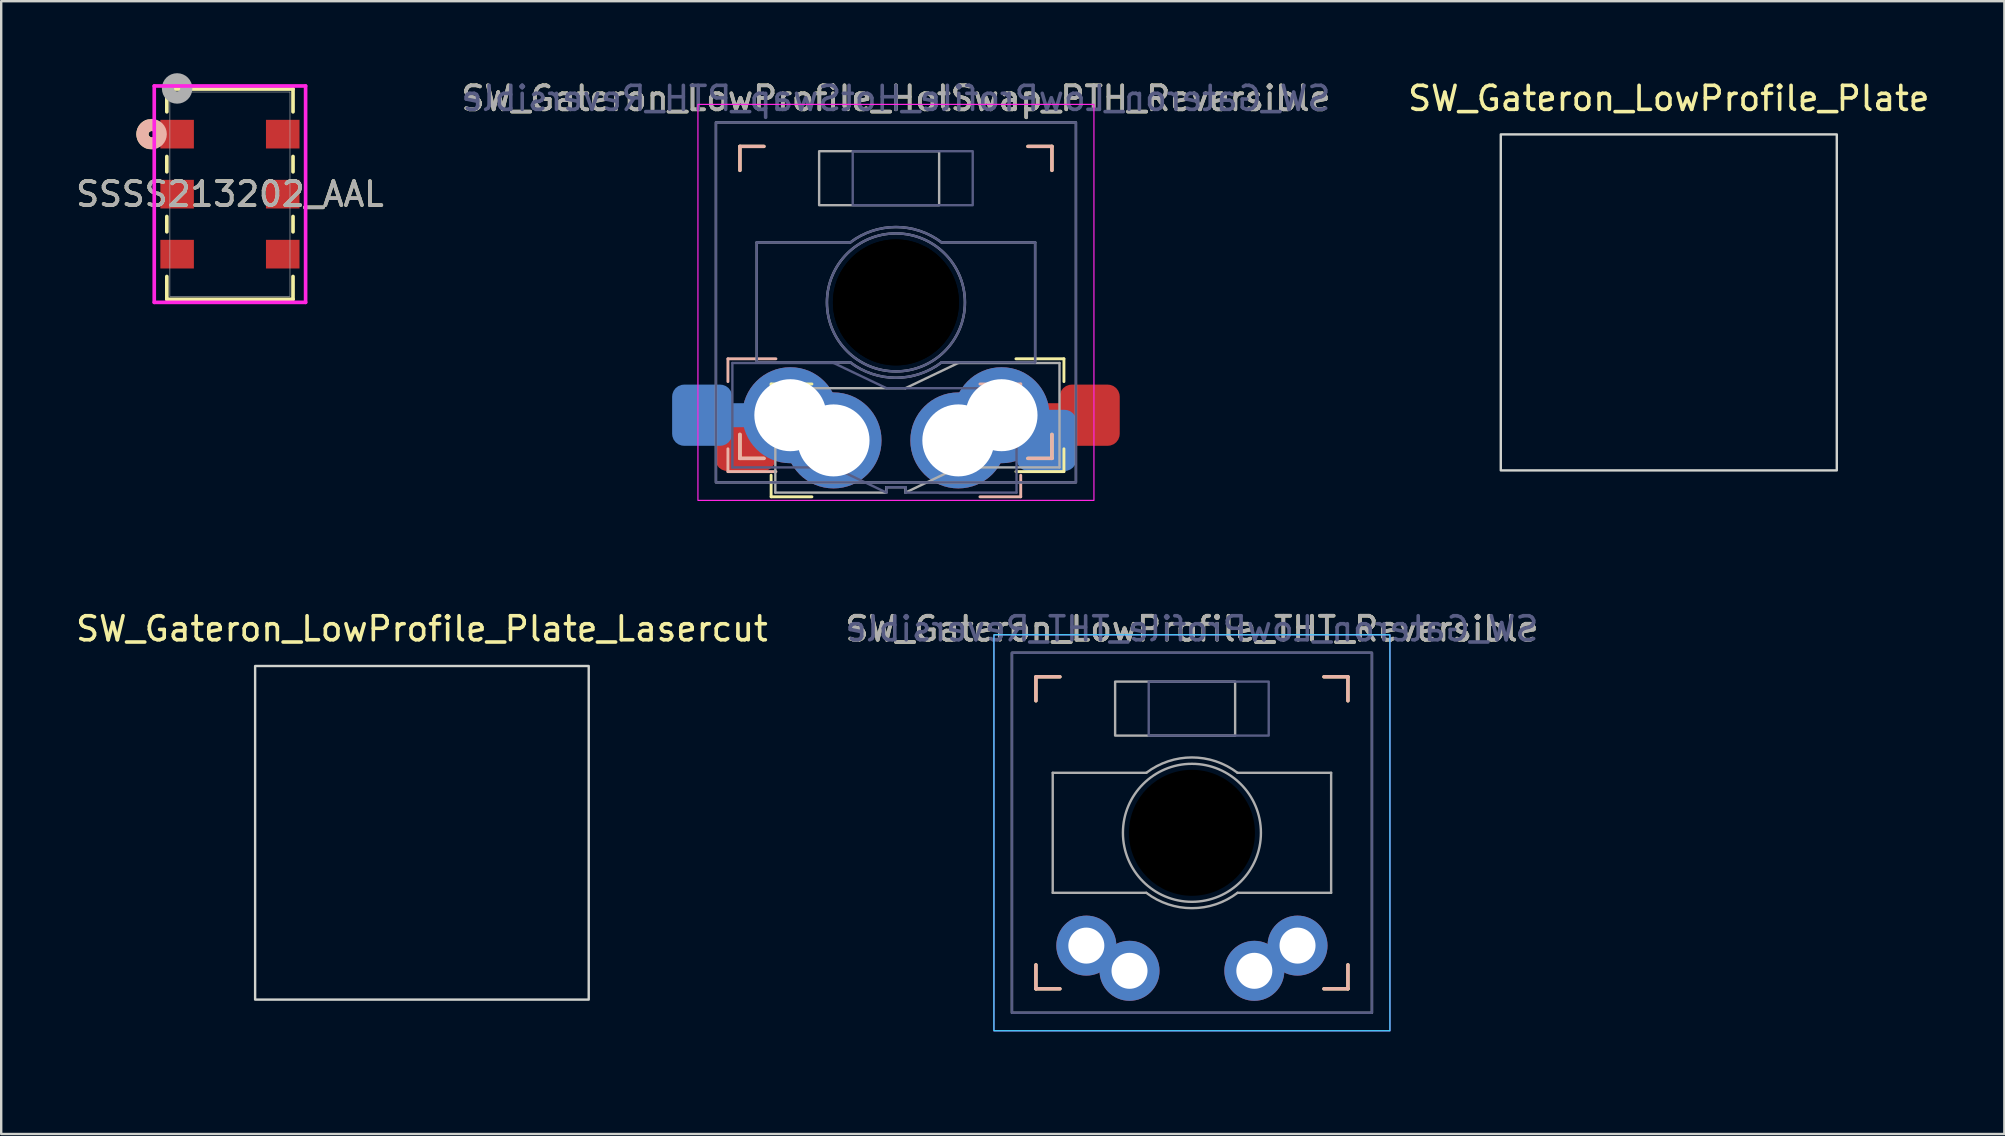
<source format=kicad_pcb>
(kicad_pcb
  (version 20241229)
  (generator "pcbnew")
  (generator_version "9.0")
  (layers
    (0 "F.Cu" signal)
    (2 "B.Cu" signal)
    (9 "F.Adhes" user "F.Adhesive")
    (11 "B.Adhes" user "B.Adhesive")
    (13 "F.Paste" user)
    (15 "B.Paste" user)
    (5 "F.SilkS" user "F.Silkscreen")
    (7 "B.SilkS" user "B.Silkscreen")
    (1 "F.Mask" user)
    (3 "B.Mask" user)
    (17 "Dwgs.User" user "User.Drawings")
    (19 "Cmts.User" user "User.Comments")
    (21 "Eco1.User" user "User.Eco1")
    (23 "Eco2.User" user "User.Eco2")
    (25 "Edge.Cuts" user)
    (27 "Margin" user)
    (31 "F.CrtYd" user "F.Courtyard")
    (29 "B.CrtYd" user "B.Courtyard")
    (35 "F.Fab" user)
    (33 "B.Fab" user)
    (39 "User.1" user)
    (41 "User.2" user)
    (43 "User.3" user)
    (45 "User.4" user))
  (footprint "SW_Gateron_LowProfile_Plate"
    (layer "F.Cu")
    (at 66.482 9.55)
    (property "Reference" "SW_Gateron_LowProfile_Plate" (at 0 -8.5 0) (unlocked yes) (layer "F.SilkS") (effects (font (size 1 1) (thickness 0.15))))
    (fp_rect (start -9.5 -9.5) (end 9.5 9.5) (stroke (width 0.1) (type default)) (fill no) (layer "Eco1.User"))
    (fp_rect (start -7 -7) (end 7 7) (stroke (width 0.1) (type default)) (fill no) (layer "Edge.Cuts")))
  (footprint "SW_Gateron_LowProfile_THT_Reversible"
    (layer "F.Cu")
    (at 46.613 31.65)
    (property "Reference" "SW_Gateron_LowProfile_THT_Reversible" (at 0 -8.5 0) (unlocked yes) (layer "F.SilkS") (effects (font (size 1 1) (thickness 0.15))))
    (attr through_hole)
    (fp_line (start -6.5 -5.5) (end -6.5 -6.5) (stroke (width 0.14) (type solid)) (layer "F.SilkS"))
    (fp_line (start -6.5 6.5) (end -6.5 5.5) (stroke (width 0.14) (type solid)) (layer "F.SilkS"))
    (fp_line (start -6.5 6.5) (end -5.5 6.5) (stroke (width 0.14) (type solid)) (layer "F.SilkS"))
    (fp_line (start -5.5 -6.5) (end -6.5 -6.5) (stroke (width 0.14) (type solid)) (layer "F.SilkS"))
    (fp_line (start 5.5 6.5) (end 6.5 6.5) (stroke (width 0.14) (type solid)) (layer "F.SilkS"))
    (fp_line (start 6.5 -6.5) (end 5.5 -6.5) (stroke (width 0.14) (type solid)) (layer "F.SilkS"))
    (fp_line (start 6.5 -6.5) (end 6.5 -5.5) (stroke (width 0.14) (type solid)) (layer "F.SilkS"))
    (fp_line (start 6.5 5.5) (end 6.5 6.5) (stroke (width 0.14) (type solid)) (layer "F.SilkS"))
    (fp_line (start -6.5 -6.5) (end -6.5 -5.5) (stroke (width 0.14) (type solid)) (layer "B.SilkS"))
    (fp_line (start -6.5 -6.5) (end -5.5 -6.5) (stroke (width 0.14) (type solid)) (layer "B.SilkS"))
    (fp_line (start -6.5 5.5) (end -6.5 6.5) (stroke (width 0.14) (type solid)) (layer "B.SilkS"))
    (fp_line (start -5.5 6.5) (end -6.5 6.5) (stroke (width 0.14) (type solid)) (layer "B.SilkS"))
    (fp_line (start 5.5 -6.5) (end 6.5 -6.5) (stroke (width 0.14) (type solid)) (layer "B.SilkS"))
    (fp_line (start 6.5 -5.5) (end 6.5 -6.5) (stroke (width 0.14) (type solid)) (layer "B.SilkS"))
    (fp_line (start 6.5 6.5) (end 5.5 6.5) (stroke (width 0.14) (type solid)) (layer "B.SilkS"))
    (fp_line (start 6.5 6.5) (end 6.5 5.5) (stroke (width 0.14) (type solid)) (layer "B.SilkS"))
    (fp_rect (start -9.5 -9.5) (end 9.5 9.5) (stroke (width 0.1) (type default)) (fill no) (layer "Eco1.User"))
    (fp_rect (start 8.25 8.25) (end -8.25 -8.25) (stroke (width 0.05) (type solid)) (fill no) (layer "B.CrtYd"))
    (fp_rect (start -8.25 8.25) (end 8.25 -8.25) (stroke (width 0.05) (type solid)) (fill no) (layer "F.CrtYd"))
    (fp_rect (start 3.2 -6.3) (end -1.8 -4.05) (stroke (width 0.1) (type default)) (fill no) (layer "B.Fab"))
    (fp_rect (start 7.5 7.5) (end -7.5 -7.5) (stroke (width 0.1) (type solid)) (fill no) (layer "B.Fab"))
    (fp_line (start -5.8 -2.5) (end -1.9 -2.5) (stroke (width 0.1) (type default)) (layer "F.Fab"))
    (fp_line (start -5.8 2.5) (end -5.8 -2.5) (stroke (width 0.1) (type default)) (layer "F.Fab"))
    (fp_line (start -1.9 2.5) (end -5.8 2.5) (stroke (width 0.1) (type default)) (layer "F.Fab"))
    (fp_line (start 1.9 -2.5) (end 5.8 -2.5) (stroke (width 0.1) (type default)) (layer "F.Fab"))
    (fp_line (start 5.8 -2.5) (end 5.8 2.5) (stroke (width 0.1) (type default)) (layer "F.Fab"))
    (fp_line (start 5.8 2.5) (end 1.9 2.5) (stroke (width 0.1) (type default)) (layer "F.Fab"))
    (fp_rect (start -7.5 7.5) (end 7.5 -7.5) (stroke (width 0.1) (type solid)) (fill no) (layer "F.Fab"))
    (fp_rect (start -3.2 -6.3) (end 1.8 -4.05) (stroke (width 0.1) (type default)) (fill no) (layer "F.Fab"))
    (fp_arc (start -1.9 -2.499999) (mid 0 -3.140063) (end 1.9 -2.499999) (stroke (width 0.1) (type default)) (layer "F.Fab"))
    (fp_arc (start 1.9 2.499999) (mid 0 3.140063) (end -1.9 2.499999) (stroke (width 0.1) (type default)) (layer "F.Fab"))
    (fp_circle (center 0 0) (end 2.875 0) (stroke (width 0.1) (type default)) (fill no) (layer "F.Fab"))
    (fp_poly (pts (xy -2.05 -0.64) (xy -0.6 -0.64) (xy -0.6 -2) (xy 0.5 -2) (xy 0.5 -0.64) (xy 1.95 -0.64) (xy 1.95 0.64) (xy 0.5 0.64) (xy 0.5 2) (xy -0.6 2) (xy -0.6 0.64) (xy -2.05 0.64)) (stroke (width 0.1) (type solid)) (fill no) (layer "F.Fab"))
    (fp_text user "${REFERENCE}" (at 0 -8.5 0) (unlocked yes) (layer "B.Fab") (effects (font (size 1 1) (thickness 0.15)) (justify mirror)))
    (fp_text user "${REFERENCE}" (at 0 -8.5 0) (unlocked yes) (layer "F.Fab") (effects (font (size 1 1) (thickness 0.15))))
    (pad "" np_thru_hole circle (at 0 -0.000001 180) (size 5.25 5.25) (drill 5.25) (layers "*.Mask"))
    (pad "1" thru_hole circle (at -4.4 4.7 180) (size 2.5 2.5) (drill 1.5) (layers "*.Cu" "B.Mask"))
    (pad "1" thru_hole circle (at -2.6 5.75 180) (size 2.5 2.5) (drill 1.5) (layers "*.Cu" "F.Mask"))
    (pad "2" thru_hole circle (at 2.6 5.75 180) (size 2.5 2.5) (drill 1.5) (layers "*.Cu" "B.Mask"))
    (pad "2" thru_hole circle (at 4.4 4.7 180) (size 2.5 2.5) (drill 1.5) (layers "*.Cu" "F.Mask")))
  (footprint "SW_Gateron_LowProfile_Plate_Lasercut"
    (layer "F.Cu")
    (at 14.53 31.65)
    (property "Reference" "SW_Gateron_LowProfile_Plate_Lasercut" (at 0 -8.5 0) (unlocked yes) (layer "F.SilkS") (effects (font (size 1 1) (thickness 0.15))))
    (fp_rect (start -9.5 -9.5) (end 9.5 9.5) (stroke (width 0.1) (type default)) (fill no) (layer "Eco1.User"))
    (fp_rect (start -6.95 -6.95) (end 6.95 6.95) (stroke (width 0.1) (type default)) (fill no) (layer "Edge.Cuts")))
  (footprint "SW_Gateron_LowProfile_HotSwap_PTH_Reversible"
    (layer "F.Cu")
    (at 34.28 9.55)
    (property "Reference" "SW_Gateron_LowProfile_HotSwap_PTH_Reversible" (at 0 -8.5 0) (unlocked yes) (layer "F.SilkS") (effects (font (size 1 1) (thickness 0.15))))
    (fp_line (start -6.5 -5.5) (end -6.5 -6.5) (stroke (width 0.14) (type solid)) (layer "F.SilkS"))
    (fp_line (start -6.5 6.5) (end -6.5 5.5) (stroke (width 0.14) (type solid)) (layer "F.SilkS"))
    (fp_line (start -6.5 6.5) (end -5.5 6.5) (stroke (width 0.14) (type solid)) (layer "F.SilkS"))
    (fp_line (start -5.5 -6.5) (end -6.5 -6.5) (stroke (width 0.14) (type solid)) (layer "F.SilkS"))
    (fp_line (start -5.2 3.4) (end -5.2 4.35) (stroke (width 0.12) (type solid)) (layer "F.SilkS"))
    (fp_line (start -5.2 3.4) (end -3.5 3.4) (stroke (width 0.12) (type solid)) (layer "F.SilkS"))
    (fp_line (start -5.2 8.1) (end -5.2 7.2) (stroke (width 0.12) (type solid)) (layer "F.SilkS"))
    (fp_line (start -5.2 8.1) (end -3.5 8.1) (stroke (width 0.12) (type solid)) (layer "F.SilkS"))
    (fp_line (start 5.5 6.5) (end 6.5 6.5) (stroke (width 0.14) (type solid)) (layer "F.SilkS"))
    (fp_line (start 6.5 -6.5) (end 5.5 -6.5) (stroke (width 0.14) (type solid)) (layer "F.SilkS"))
    (fp_line (start 6.5 -6.5) (end 6.5 -5.5) (stroke (width 0.14) (type solid)) (layer "F.SilkS"))
    (fp_line (start 6.5 5.5) (end 6.5 6.5) (stroke (width 0.14) (type solid)) (layer "F.SilkS"))
    (fp_line (start 7 2.35) (end 5 2.35) (stroke (width 0.12) (type solid)) (layer "F.SilkS"))
    (fp_line (start 7 2.35) (end 7 3.3) (stroke (width 0.12) (type solid)) (layer "F.SilkS"))
    (fp_line (start 7 7.05) (end 5 7.05) (stroke (width 0.12) (type solid)) (layer "F.SilkS"))
    (fp_line (start 7 7.05) (end 7 6.1) (stroke (width 0.12) (type solid)) (layer "F.SilkS"))
    (fp_line (start -7 2.35) (end -7 3.3) (stroke (width 0.12) (type solid)) (layer "B.SilkS"))
    (fp_line (start -7 2.35) (end -5 2.35) (stroke (width 0.12) (type solid)) (layer "B.SilkS"))
    (fp_line (start -7 7.05) (end -7 6.1) (stroke (width 0.12) (type solid)) (layer "B.SilkS"))
    (fp_line (start -7 7.05) (end -5 7.05) (stroke (width 0.12) (type solid)) (layer "B.SilkS"))
    (fp_line (start -6.5 -6.5) (end -6.5 -5.5) (stroke (width 0.14) (type solid)) (layer "B.SilkS"))
    (fp_line (start -6.5 -6.5) (end -5.5 -6.5) (stroke (width 0.14) (type solid)) (layer "B.SilkS"))
    (fp_line (start -6.5 5.5) (end -6.5 6.5) (stroke (width 0.14) (type solid)) (layer "B.SilkS"))
    (fp_line (start -5.5 6.5) (end -6.5 6.5) (stroke (width 0.14) (type solid)) (layer "B.SilkS"))
    (fp_line (start 5.2 3.4) (end 3.5 3.4) (stroke (width 0.12) (type solid)) (layer "B.SilkS"))
    (fp_line (start 5.2 3.4) (end 5.2 4.35) (stroke (width 0.12) (type solid)) (layer "B.SilkS"))
    (fp_line (start 5.2 8.1) (end 3.5 8.1) (stroke (width 0.12) (type solid)) (layer "B.SilkS"))
    (fp_line (start 5.2 8.1) (end 5.2 7.2) (stroke (width 0.12) (type solid)) (layer "B.SilkS"))
    (fp_line (start 5.5 -6.5) (end 6.5 -6.5) (stroke (width 0.14) (type solid)) (layer "B.SilkS"))
    (fp_line (start 6.5 -5.5) (end 6.5 -6.5) (stroke (width 0.14) (type solid)) (layer "B.SilkS"))
    (fp_line (start 6.5 6.5) (end 5.5 6.5) (stroke (width 0.14) (type solid)) (layer "B.SilkS"))
    (fp_line (start 6.5 6.5) (end 6.5 5.5) (stroke (width 0.14) (type solid)) (layer "B.SilkS"))
    (fp_rect (start -9.5 -9.5) (end 9.5 9.5) (stroke (width 0.1) (type default)) (fill no) (layer "Eco1.User"))
    (fp_rect (start -9.05 -9.05) (end 9.05 9.05) (stroke (width 0.01) (type default)) (fill no) (layer "Eco2.User"))
    (fp_rect (start 8.25 -8.25) (end -8.25 8.25) (stroke (width 0.05) (type solid)) (fill no) (layer "F.CrtYd"))
    (fp_line (start -6.815 2.525) (end -6.815 6.875) (stroke (width 0.1) (type solid)) (layer "B.Fab"))
    (fp_line (start -6.815 2.525) (end -2.595 2.525) (stroke (width 0.1) (type solid)) (layer "B.Fab"))
    (fp_line (start -6.815 6.875) (end -2.595 6.875) (stroke (width 0.1) (type solid)) (layer "B.Fab"))
    (fp_line (start -5.8 -2.5) (end -5.8 2.5) (stroke (width 0.1) (type default)) (layer "B.Fab"))
    (fp_line (start -5.8 2.5) (end -1.9 2.5) (stroke (width 0.1) (type default)) (layer "B.Fab"))
    (fp_line (start -2.595 2.525) (end -0.395 3.575) (stroke (width 0.1) (type solid)) (layer "B.Fab"))
    (fp_line (start -2.595 6.875) (end -0.395 7.925) (stroke (width 0.1) (type solid)) (layer "B.Fab"))
    (fp_line (start -1.9 -2.5) (end -5.8 -2.5) (stroke (width 0.1) (type default)) (layer "B.Fab"))
    (fp_line (start -0.395 7.7) (end -0.395 7.925) (stroke (width 0.1) (type solid)) (layer "B.Fab"))
    (fp_line (start 0.405 7.7) (end -0.395 7.7) (stroke (width 0.1) (type solid)) (layer "B.Fab"))
    (fp_line (start 0.405 7.925) (end 0.405 7.7) (stroke (width 0.1) (type solid)) (layer "B.Fab"))
    (fp_line (start 1.9 2.5) (end 5.8 2.5) (stroke (width 0.1) (type default)) (layer "B.Fab"))
    (fp_line (start 5.025 3.575) (end -0.395 3.575) (stroke (width 0.1) (type solid)) (layer "B.Fab"))
    (fp_line (start 5.025 3.575) (end 5.025 7.925) (stroke (width 0.1) (type solid)) (layer "B.Fab"))
    (fp_line (start 5.025 7.925) (end 0.405 7.925) (stroke (width 0.1) (type solid)) (layer "B.Fab"))
    (fp_line (start 5.8 -2.5) (end 1.9 -2.5) (stroke (width 0.1) (type default)) (layer "B.Fab"))
    (fp_line (start 5.8 2.5) (end 5.8 -2.5) (stroke (width 0.1) (type default)) (layer "B.Fab"))
    (fp_rect (start -7.5 -7.5) (end 7.5 7.5) (stroke (width 0.1) (type solid)) (fill no) (layer "B.Fab"))
    (fp_rect (start 3.2 -6.3) (end -1.8 -4.05) (stroke (width 0.1) (type default)) (fill no) (layer "B.Fab"))
    (fp_arc (start -1.9 -2.499999) (mid 0 -3.140063) (end 1.9 -2.499999) (stroke (width 0.1) (type default)) (layer "B.Fab"))
    (fp_arc (start 1.9 2.499999) (mid 0 3.140063) (end -1.9 2.499999) (stroke (width 0.1) (type default)) (layer "B.Fab"))
    (fp_circle (center 0 0) (end -2.875 0) (stroke (width 0.1) (type default)) (fill no) (layer "B.Fab"))
    (fp_poly (pts (xy 2.05 -0.64) (xy 0.6 -0.64) (xy 0.6 -2) (xy -0.5 -2) (xy -0.5 -0.64) (xy -1.95 -0.64) (xy -1.95 0.64) (xy -0.5 0.64) (xy -0.5 2) (xy 0.6 2) (xy 0.6 0.64) (xy 2.05 0.64)) (stroke (width 0.1) (type solid)) (fill no) (layer "B.Fab"))
    (fp_line (start -5.8 -2.5) (end -1.9 -2.5) (stroke (width 0.1) (type default)) (layer "F.Fab"))
    (fp_line (start -5.8 2.5) (end -5.8 -2.5) (stroke (width 0.1) (type default)) (layer "F.Fab"))
    (fp_line (start -5.025 3.575) (end -5.025 7.925) (stroke (width 0.1) (type solid)) (layer "F.Fab"))
    (fp_line (start -5.025 3.575) (end 0.395 3.575) (stroke (width 0.1) (type solid)) (layer "F.Fab"))
    (fp_line (start -5.025 7.925) (end -0.405 7.925) (stroke (width 0.1) (type solid)) (layer "F.Fab"))
    (fp_line (start -1.9 2.5) (end -5.8 2.5) (stroke (width 0.1) (type default)) (layer "F.Fab"))
    (fp_line (start -0.405 7.7) (end 0.395 7.7) (stroke (width 0.1) (type solid)) (layer "F.Fab"))
    (fp_line (start -0.405 7.925) (end -0.405 7.7) (stroke (width 0.1) (type solid)) (layer "F.Fab"))
    (fp_line (start 0.395 7.7) (end 0.395 7.925) (stroke (width 0.1) (type solid)) (layer "F.Fab"))
    (fp_line (start 1.9 -2.5) (end 5.8 -2.5) (stroke (width 0.1) (type default)) (layer "F.Fab"))
    (fp_line (start 2.595 2.525) (end 0.395 3.575) (stroke (width 0.1) (type solid)) (layer "F.Fab"))
    (fp_line (start 2.595 6.875) (end 0.395 7.925) (stroke (width 0.1) (type solid)) (layer "F.Fab"))
    (fp_line (start 5.8 -2.5) (end 5.8 2.5) (stroke (width 0.1) (type default)) (layer "F.Fab"))
    (fp_line (start 5.8 2.5) (end 1.9 2.5) (stroke (width 0.1) (type default)) (layer "F.Fab"))
    (fp_line (start 6.815 2.525) (end 2.595 2.525) (stroke (width 0.1) (type solid)) (layer "F.Fab"))
    (fp_line (start 6.815 2.525) (end 6.815 6.875) (stroke (width 0.1) (type solid)) (layer "F.Fab"))
    (fp_line (start 6.815 6.875) (end 2.595 6.875) (stroke (width 0.1) (type solid)) (layer "F.Fab"))
    (fp_rect (start -3.2 -6.3) (end 1.8 -4.05) (stroke (width 0.1) (type default)) (fill no) (layer "F.Fab"))
    (fp_rect (start 7.5 -7.5) (end -7.5 7.5) (stroke (width 0.1) (type solid)) (fill no) (layer "F.Fab"))
    (fp_arc (start -1.9 -2.499999) (mid 0 -3.140063) (end 1.9 -2.499999) (stroke (width 0.1) (type default)) (layer "F.Fab"))
    (fp_arc (start 1.9 2.499999) (mid 0 3.140063) (end -1.9 2.499999) (stroke (width 0.1) (type default)) (layer "F.Fab"))
    (fp_circle (center 0 0) (end 2.875 0) (stroke (width 0.1) (type default)) (fill no) (layer "F.Fab"))
    (fp_poly (pts (xy -2.05 -0.64) (xy -0.6 -0.64) (xy -0.6 -2) (xy 0.5 -2) (xy 0.5 -0.64) (xy 1.95 -0.64) (xy 1.95 0.64) (xy 0.5 0.64) (xy 0.5 2) (xy -0.6 2) (xy -0.6 0.64) (xy -2.05 0.64)) (stroke (width 0.1) (type solid)) (fill no) (layer "F.Fab"))
    (fp_rect (start -7 -7) (end 7 7) (stroke (width 0.1) (type default)) (fill no) (layer "User.7"))
    (fp_rect (start -6.95 -6.95) (end 6.95 6.95) (stroke (width 0.1) (type default)) (fill no) (layer "User.8"))
    (fp_text user "${REFERENCE}" (at 0 -8.5 0) (unlocked yes) (layer "B.Fab") (effects (font (size 1 1) (thickness 0.15)) (justify mirror)))
    (fp_text user "${REFERENCE}" (at 0 -8.5 0) (unlocked yes) (layer "F.Fab") (effects (font (size 1 1) (thickness 0.15))))
    (pad "" np_thru_hole circle (at 0 0) (size 5.25 5.25) (drill 5.25) (layers "*.Mask"))
    (pad "" np_thru_hole circle (at 0 0) (size 5.25 5.25) (drill 5.25) (layers "*.Mask"))
    (pad "1" smd roundrect (at -8.075 4.7) (size 2.5 2.55) (layers "B.Cu" "B.Mask" "B.Paste") (roundrect_rratio 0.2))
    (pad "1" smd rect (at -6.35 4.7) (size 3.9 1) (layers "B.Cu"))
    (pad "1" smd roundrect (at -6.275 5.75) (size 2.5 2.55) (layers "F.Cu" "F.Mask" "F.Paste") (roundrect_rratio 0.2))
    (pad "1" smd rect (at -4.475 5.75) (size 3.75 1) (layers "F.Cu"))
    (pad "1" thru_hole circle (at -4.4 4.7) (size 4 4) (drill 3) (layers "*.Cu" "B.Mask"))
    (pad "1" thru_hole circle (at -2.6 5.75) (size 4 4) (drill 3) (layers "*.Cu" "F.Mask"))
    (pad "2" thru_hole circle (at 2.6 5.75) (size 4 4) (drill 3) (layers "*.Cu" "B.Mask"))
    (pad "2" thru_hole circle (at 4.4 4.7) (size 4 4) (drill 3) (layers "*.Cu" "F.Mask"))
    (pad "2" smd rect (at 4.475 5.75) (size 3.75 1) (layers "B.Cu"))
    (pad "2" smd roundrect (at 6.275 5.75) (size 2.5 2.55) (layers "B.Cu" "B.Mask" "B.Paste") (roundrect_rratio 0.2))
    (pad "2" smd rect (at 6.35 4.7) (size 3.9 1) (layers "F.Cu"))
    (pad "2" smd roundrect (at 8.075 4.7) (size 2.5 2.55) (layers "F.Cu" "F.Mask" "F.Paste") (roundrect_rratio 0.2)))
  (footprint "SSSS213202_AAL"
    (layer "F.Cu")
    (at 6.53 5.04)
    (property "Reference" "SSSS213202_AAL" (at 0 0 0) (unlocked yes) (layer "F.SilkS") (effects (font (size 1 1) (thickness 0.15))))
    (attr smd)
    (fp_line (start -2.629 -4.381) (end -2.629 -3.43) (stroke (width 0.152) (type solid)) (layer "F.SilkS"))
    (fp_line (start -2.629 -1.57) (end -2.629 -0.93) (stroke (width 0.152) (type solid)) (layer "F.SilkS"))
    (fp_line (start -2.629 0.93) (end -2.629 1.57) (stroke (width 0.152) (type solid)) (layer "F.SilkS"))
    (fp_line (start -2.629 3.43) (end -2.629 4.381) (stroke (width 0.152) (type solid)) (layer "F.SilkS"))
    (fp_line (start -2.629 4.381) (end 2.629 4.381) (stroke (width 0.152) (type solid)) (layer "F.SilkS"))
    (fp_line (start 2.629 -4.381) (end -2.629 -4.381) (stroke (width 0.152) (type solid)) (layer "F.SilkS"))
    (fp_line (start 2.629 -3.43) (end 2.629 -4.381) (stroke (width 0.152) (type solid)) (layer "F.SilkS"))
    (fp_line (start 2.629 -0.93) (end 2.629 -1.57) (stroke (width 0.152) (type solid)) (layer "F.SilkS"))
    (fp_line (start 2.629 1.57) (end 2.629 0.93) (stroke (width 0.152) (type solid)) (layer "F.SilkS"))
    (fp_line (start 2.629 4.381) (end 2.629 3.43) (stroke (width 0.152) (type solid)) (layer "F.SilkS"))
    (fp_arc (start -3.409041 -2.147729) (mid -3.6449 -2.5) (end -3.40904 -2.852271) (stroke (width 0.508) (type solid)) (layer "F.SilkS"))
    (fp_circle (center -3.264 -2.5) (end -2.883 -2.5) (stroke (width 0.508) (type solid)) (fill no) (layer "B.SilkS"))
    (fp_line (start -3.153 -4.508) (end -3.153 4.508) (stroke (width 0.152) (type solid)) (layer "F.CrtYd"))
    (fp_line (start -3.153 4.508) (end 3.153 4.508) (stroke (width 0.152) (type solid)) (layer "F.CrtYd"))
    (fp_line (start 3.153 -4.508) (end -3.153 -4.508) (stroke (width 0.152) (type solid)) (layer "F.CrtYd"))
    (fp_line (start 3.153 4.508) (end 3.153 -4.508) (stroke (width 0.152) (type solid)) (layer "F.CrtYd"))
    (fp_line (start -2.502 -4.255) (end -2.502 4.255) (stroke (width 0.025) (type solid)) (layer "F.Fab"))
    (fp_line (start -2.502 4.255) (end 2.502 4.255) (stroke (width 0.025) (type solid)) (layer "F.Fab"))
    (fp_line (start 2.502 -4.255) (end -2.502 -4.255) (stroke (width 0.025) (type solid)) (layer "F.Fab"))
    (fp_line (start 2.502 4.255) (end 2.502 -4.255) (stroke (width 0.025) (type solid)) (layer "F.Fab"))
    (fp_circle (center -2.2 -4.405) (end -1.819 -4.405) (stroke (width 0.508) (type solid)) (fill no) (layer "F.Fab"))
    (fp_text user "${REFERENCE}" (at 0 0 0) (unlocked yes) (layer "F.Fab") (effects (font (size 1 1) (thickness 0.15))))
    (pad "1" smd rect (at -2.2 -2.5) (size 1.397 1.194) (layers "F.Cu" "F.Mask" "F.Paste"))
    (pad "2" smd rect (at -2.2 0) (size 1.397 1.194) (layers "F.Cu" "F.Mask" "F.Paste"))
    (pad "3" smd rect (at -2.2 2.5) (size 1.397 1.194) (layers "F.Cu" "F.Mask" "F.Paste"))
    (pad "4" smd rect (at 2.2 -2.5) (size 1.397 1.194) (layers "F.Cu" "F.Mask" "F.Paste"))
    (pad "5" smd rect (at 2.2 0) (size 1.397 1.194) (layers "F.Cu" "F.Mask" "F.Paste"))
    (pad "6" smd rect (at 2.2 2.5) (size 1.397 1.194) (layers "F.Cu" "F.Mask" "F.Paste")))
  (gr_rect
    (start -3 -3)
    (end 80.464 44.2)
    (stroke (width 0.1) (type default))
    (fill no)
    (layer "Edge.Cuts")))
</source>
